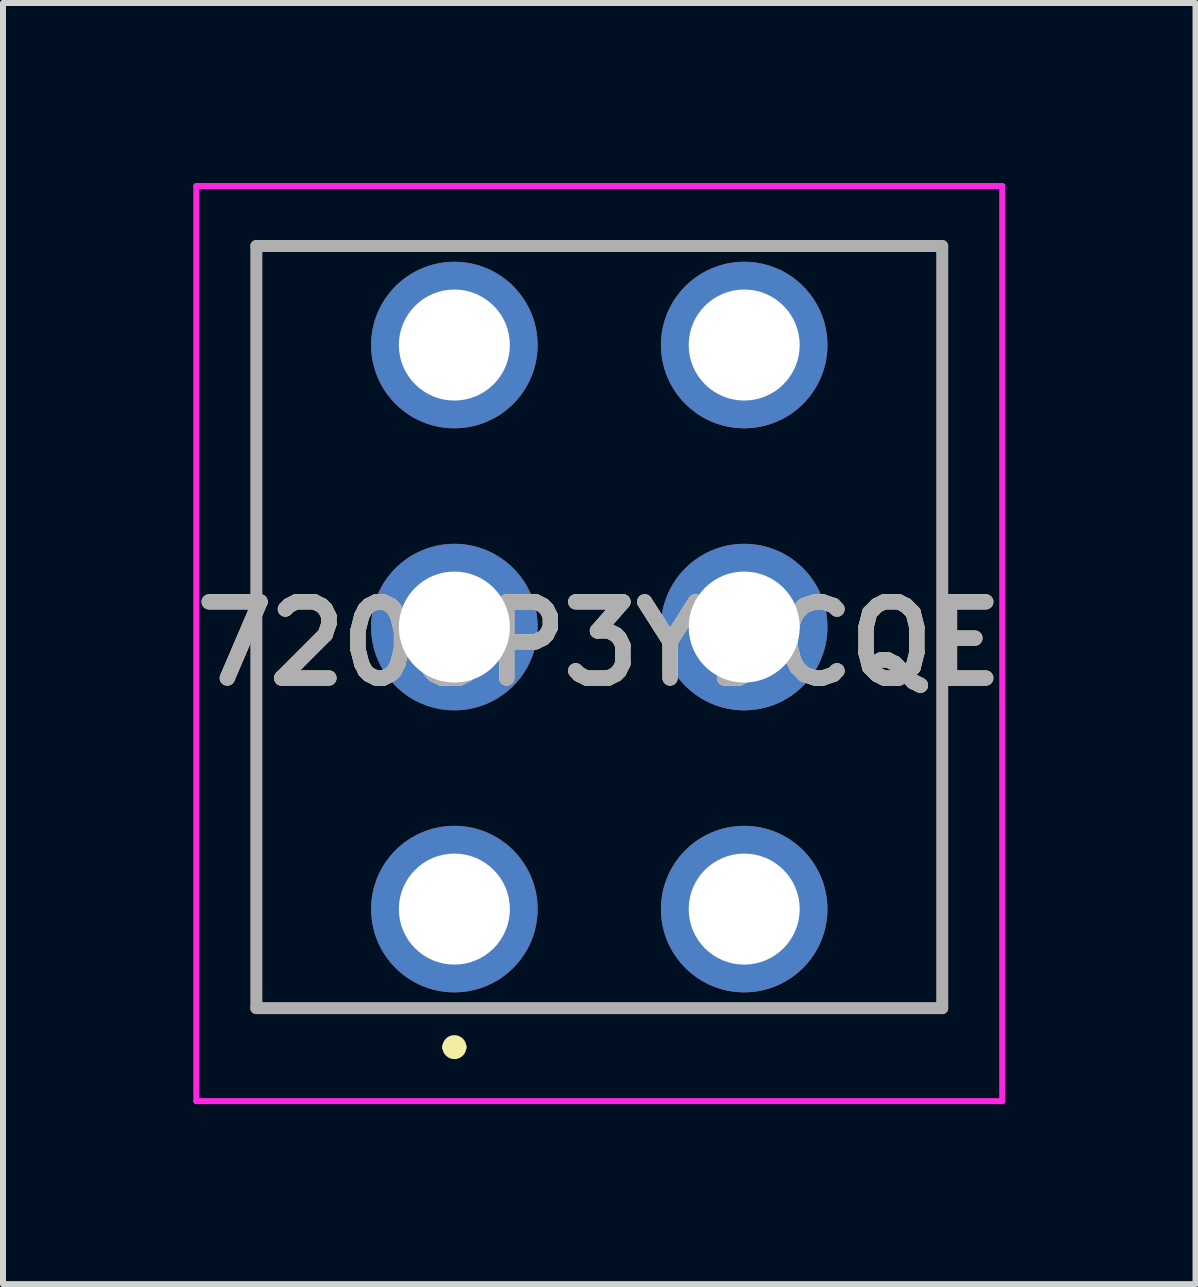
<source format=kicad_pcb>
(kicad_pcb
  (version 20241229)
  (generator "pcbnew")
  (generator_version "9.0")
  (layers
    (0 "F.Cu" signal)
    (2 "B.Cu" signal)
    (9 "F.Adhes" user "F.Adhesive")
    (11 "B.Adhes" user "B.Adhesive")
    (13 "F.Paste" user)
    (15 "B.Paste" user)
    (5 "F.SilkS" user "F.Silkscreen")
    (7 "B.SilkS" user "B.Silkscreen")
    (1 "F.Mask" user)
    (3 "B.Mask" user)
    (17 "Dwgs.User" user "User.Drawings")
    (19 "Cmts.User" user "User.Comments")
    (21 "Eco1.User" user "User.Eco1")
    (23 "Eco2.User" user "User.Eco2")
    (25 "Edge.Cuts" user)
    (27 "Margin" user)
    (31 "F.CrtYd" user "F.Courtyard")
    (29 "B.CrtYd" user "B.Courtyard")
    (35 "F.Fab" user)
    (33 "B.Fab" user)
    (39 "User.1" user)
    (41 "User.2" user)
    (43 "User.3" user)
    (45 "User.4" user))
  (footprint "7205P3Y9CQE"
    (layer "F.Cu")
    (at 4.522 12.1)
    (property "Reference" "7205P3Y9CQE" (at 2.415 -4.425 0) (layer "F.SilkS") (effects (font (size 1.27 1.27) (thickness 0.254))))
    (attr through_hole)
    (fp_line (start -3.3 -11.05) (end 8.13 -11.05) (stroke (width 0.1) (type solid)) (layer "F.SilkS"))
    (fp_line (start -3.3 1.65) (end -3.3 -11.05) (stroke (width 0.1) (type solid)) (layer "F.SilkS"))
    (fp_line (start -0.1 2.3) (end -0.1 2.3) (stroke (width 0.2) (type solid)) (layer "F.SilkS"))
    (fp_line (start 0.1 2.3) (end 0.1 2.3) (stroke (width 0.2) (type solid)) (layer "F.SilkS"))
    (fp_line (start 8.13 -11.05) (end 8.13 1.65) (stroke (width 0.1) (type solid)) (layer "F.SilkS"))
    (fp_line (start 8.13 1.65) (end -3.3 1.65) (stroke (width 0.1) (type solid)) (layer "F.SilkS"))
    (fp_arc (start -0.1 2.3) (mid 0 2.2) (end 0.1 2.3) (stroke (width 0.2) (type solid)) (layer "F.SilkS"))
    (fp_arc (start 0.1 2.3) (mid 0 2.4) (end -0.1 2.3) (stroke (width 0.2) (type solid)) (layer "F.SilkS"))
    (fp_line (start -4.3 -12.05) (end 9.13 -12.05) (stroke (width 0.1) (type solid)) (layer "F.CrtYd"))
    (fp_line (start -4.3 3.2) (end -4.3 -12.05) (stroke (width 0.1) (type solid)) (layer "F.CrtYd"))
    (fp_line (start 9.13 -12.05) (end 9.13 3.2) (stroke (width 0.1) (type solid)) (layer "F.CrtYd"))
    (fp_line (start 9.13 3.2) (end -4.3 3.2) (stroke (width 0.1) (type solid)) (layer "F.CrtYd"))
    (fp_line (start -3.3 -11.05) (end 8.13 -11.05) (stroke (width 0.2) (type solid)) (layer "F.Fab"))
    (fp_line (start -3.3 1.65) (end -3.3 -11.05) (stroke (width 0.2) (type solid)) (layer "F.Fab"))
    (fp_line (start 8.13 -11.05) (end 8.13 1.65) (stroke (width 0.2) (type solid)) (layer "F.Fab"))
    (fp_line (start 8.13 1.65) (end -3.3 1.65) (stroke (width 0.2) (type solid)) (layer "F.Fab"))
    (fp_text user "${REFERENCE}" (at 2.415 -4.425 0) (layer "F.Fab") (effects (font (size 1.27 1.27) (thickness 0.254))))
    (pad "1" thru_hole circle (at 0 0) (size 2.775 2.775) (drill 1.85) (layers "*.Cu" "*.Mask"))
    (pad "2" thru_hole circle (at 0 -4.7) (size 2.775 2.775) (drill 1.85) (layers "*.Cu" "*.Mask"))
    (pad "3" thru_hole circle (at 0 -9.4) (size 2.775 2.775) (drill 1.85) (layers "*.Cu" "*.Mask"))
    (pad "4" thru_hole circle (at 4.83 0) (size 2.775 2.775) (drill 1.85) (layers "*.Cu" "*.Mask"))
    (pad "5" thru_hole circle (at 4.83 -4.7) (size 2.775 2.775) (drill 1.85) (layers "*.Cu" "*.Mask"))
    (pad "6" thru_hole circle (at 4.83 -9.4) (size 2.775 2.775) (drill 1.85) (layers "*.Cu" "*.Mask")))
  (gr_rect
    (start -3 -3)
    (end 16.873 18.35)
    (stroke (width 0.1) (type default))
    (fill no)
    (layer "Edge.Cuts")))
</source>
